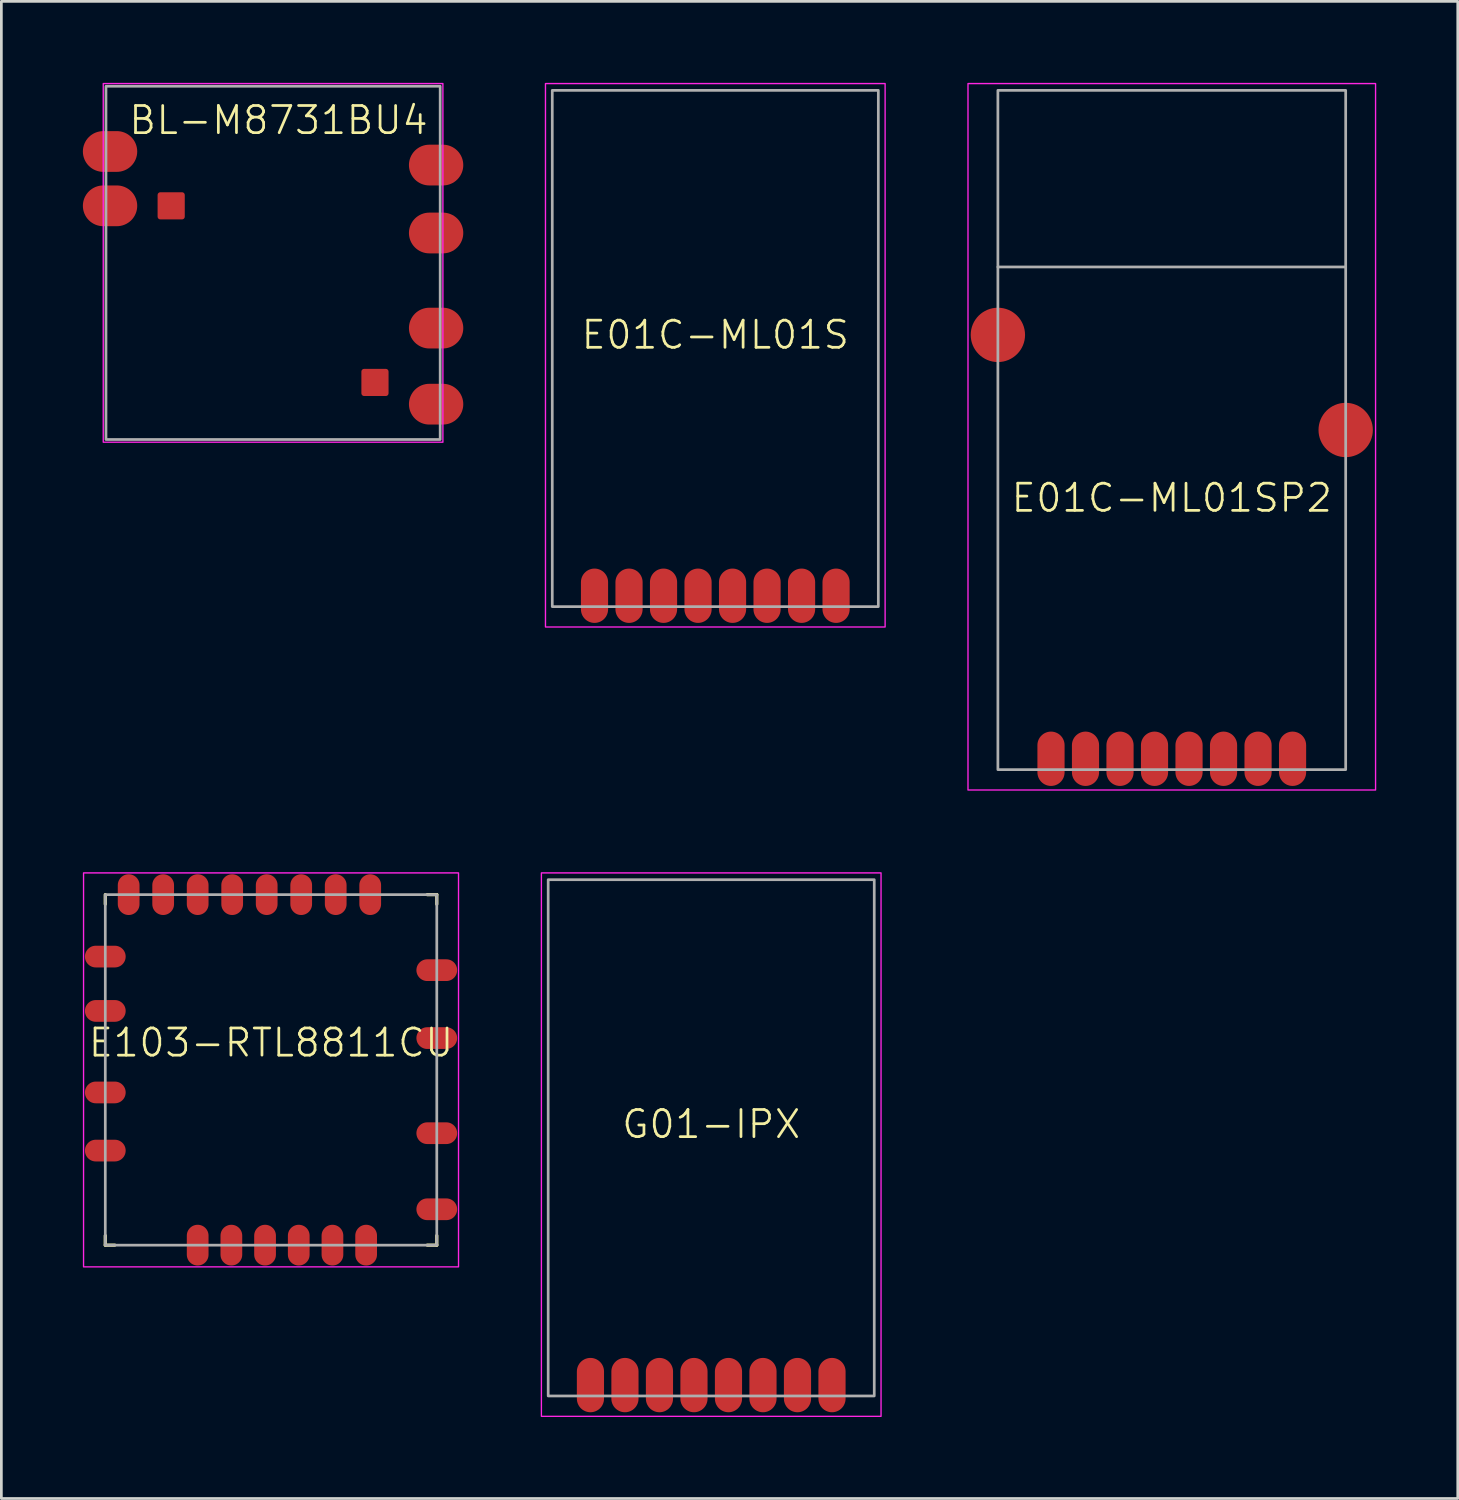
<source format=kicad_pcb>
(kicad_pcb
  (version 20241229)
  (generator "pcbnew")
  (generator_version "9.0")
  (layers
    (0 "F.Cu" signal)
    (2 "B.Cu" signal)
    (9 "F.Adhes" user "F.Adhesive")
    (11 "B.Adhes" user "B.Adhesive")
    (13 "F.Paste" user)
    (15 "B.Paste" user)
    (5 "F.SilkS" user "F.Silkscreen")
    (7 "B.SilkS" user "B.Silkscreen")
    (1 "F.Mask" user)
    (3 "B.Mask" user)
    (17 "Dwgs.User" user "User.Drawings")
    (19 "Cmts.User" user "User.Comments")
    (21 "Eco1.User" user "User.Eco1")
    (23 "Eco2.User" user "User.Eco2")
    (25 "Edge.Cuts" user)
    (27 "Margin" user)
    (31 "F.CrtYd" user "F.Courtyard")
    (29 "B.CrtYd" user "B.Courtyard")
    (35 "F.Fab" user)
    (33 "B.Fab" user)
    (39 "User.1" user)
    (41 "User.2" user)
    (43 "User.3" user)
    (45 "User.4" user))
  (footprint "E01C-ML01SP2"
    (layer "F.Cu")
    (at 40.075 25.275)
    (property "Reference" "E01C-ML01SP2" (at 0 -10 0) (layer "F.SilkS") (effects (font (size 1 1) (thickness 0.1))))
    (attr smd)
    (fp_rect (start -7.5 -25.25) (end 7.5 0.75) (stroke (width 0.05) (type default)) (fill no) (layer "F.CrtYd"))
    (fp_line (start -6.4 -18.5) (end 6.4 -18.5) (stroke (width 0.1) (type default)) (layer "F.Fab"))
    (fp_rect (start -6.4 0) (end 6.4 -25) (stroke (width 0.1) (type solid)) (fill no) (layer "F.Fab"))
    (pad "1" smd oval (at -4.445 -0.15) (size 1 2) (drill (offset 0 -0.25)) (layers "F.Cu" "F.Mask" "F.Paste"))
    (pad "2" smd oval (at -3.175 -0.15) (size 1 2) (drill (offset 0 -0.25)) (layers "F.Cu" "F.Mask" "F.Paste"))
    (pad "3" smd oval (at -1.905 -0.15) (size 1 2) (drill (offset 0 -0.25)) (layers "F.Cu" "F.Mask" "F.Paste"))
    (pad "4" smd oval (at -0.635 -0.15) (size 1 2) (drill (offset 0 -0.25)) (layers "F.Cu" "F.Mask" "F.Paste"))
    (pad "5" smd oval (at 0.635 -0.15) (size 1 2) (drill (offset 0 -0.25)) (layers "F.Cu" "F.Mask" "F.Paste"))
    (pad "6" smd oval (at 1.905 -0.15) (size 1 2) (drill (offset 0 -0.25)) (layers "F.Cu" "F.Mask" "F.Paste"))
    (pad "7" smd oval (at 3.175 -0.15) (size 1 2) (drill (offset 0 -0.25)) (layers "F.Cu" "F.Mask" "F.Paste"))
    (pad "8" smd oval (at 4.445 -0.15) (size 1 2) (drill (offset 0 -0.25)) (layers "F.Cu" "F.Mask" "F.Paste"))
    (pad "9" smd circle (at 6.4 -12.5) (size 2 2) (layers "F.Cu" "F.Mask" "F.Paste"))
    (pad "10" smd circle (at -6.4 -16) (size 2 2) (layers "F.Cu" "F.Mask" "F.Paste")))
  (footprint "E01C-ML01S"
    (layer "F.Cu")
    (at 23.275 19.275)
    (property "Reference" "E01C-ML01S" (at 0 -10 0) (layer "F.SilkS") (effects (font (size 1 1) (thickness 0.1))))
    (attr smd)
    (fp_rect (start -6.25 -19.25) (end 6.25 0.75) (stroke (width 0.05) (type default)) (fill no) (layer "F.CrtYd"))
    (fp_rect (start -6 0) (end 6 -19) (stroke (width 0.1) (type solid)) (fill no) (layer "F.Fab"))
    (pad "1" smd oval (at -4.445 -0.15) (size 1 2) (drill (offset 0 -0.25)) (layers "F.Cu" "F.Mask" "F.Paste"))
    (pad "2" smd oval (at -3.175 -0.15) (size 1 2) (drill (offset 0 -0.25)) (layers "F.Cu" "F.Mask" "F.Paste"))
    (pad "3" smd oval (at -1.905 -0.15) (size 1 2) (drill (offset 0 -0.25)) (layers "F.Cu" "F.Mask" "F.Paste"))
    (pad "4" smd oval (at -0.635 -0.15) (size 1 2) (drill (offset 0 -0.25)) (layers "F.Cu" "F.Mask" "F.Paste"))
    (pad "5" smd oval (at 0.635 -0.15) (size 1 2) (drill (offset 0 -0.25)) (layers "F.Cu" "F.Mask" "F.Paste"))
    (pad "6" smd oval (at 1.905 -0.15) (size 1 2) (drill (offset 0 -0.25)) (layers "F.Cu" "F.Mask" "F.Paste"))
    (pad "7" smd oval (at 3.175 -0.15) (size 1 2) (drill (offset 0 -0.25)) (layers "F.Cu" "F.Mask" "F.Paste"))
    (pad "8" smd oval (at 4.445 -0.15) (size 1 2) (drill (offset 0 -0.25)) (layers "F.Cu" "F.Mask" "F.Paste")))
  (footprint "BL-M8731BU4"
    (layer "F.Cu")
    (at 7 6.625)
    (property "Reference" "BL-M8731BU4" (at 0.2 -5.25 0) (layer "F.SilkS") (effects (font (size 1 1) (thickness 0.1))))
    (attr smd)
    (fp_rect (start -6.25 -6.6) (end 6.25 6.6) (stroke (width 0.05) (type solid)) (fill no) (layer "F.CrtYd"))
    (fp_rect (start -6.15 6.5) (end 6.15 -6.5) (stroke (width 0.1) (type solid)) (fill no) (layer "F.Fab"))
    (pad "1" smd oval (at -6 -4.1) (size 2 1.5) (layers "F.Cu" "F.Mask" "F.Paste"))
    (pad "2" smd oval (at -6 -2.1) (size 2 1.5) (layers "F.Cu" "F.Mask" "F.Paste"))
    (pad "3" smd oval (at 6 5.2) (size 2 1.5) (layers "F.Cu" "F.Mask" "F.Paste"))
    (pad "4" smd oval (at 6 2.4) (size 2 1.5) (layers "F.Cu" "F.Mask" "F.Paste"))
    (pad "5" smd oval (at 6 -1.1) (size 2 1.5) (layers "F.Cu" "F.Mask" "F.Paste"))
    (pad "6" smd oval (at 6 -3.6) (size 2 1.5) (layers "F.Cu" "F.Mask" "F.Paste"))
    (pad "7" smd roundrect (at -4.25 -2.6) (size 1 1) (drill (offset 0.5 0.5)) (layers "F.Cu" "F.Mask" "F.Paste") (roundrect_rratio 0.1))
    (pad "8" smd roundrect (at 4.25 4.9) (size 1 1) (drill (offset -0.5 -0.5)) (layers "F.Cu" "F.Mask" "F.Paste") (roundrect_rratio 0.1)))
  (footprint "G01-IPX"
    (layer "F.Cu")
    (at 23.125 48.325)
    (property "Reference" "G01-IPX" (at 0 -10 0) (layer "F.SilkS") (effects (font (size 1 1) (thickness 0.1))))
    (attr smd)
    (fp_rect (start -6.25 -19.25) (end 6.25 0.75) (stroke (width 0.05) (type default)) (fill no) (layer "F.CrtYd"))
    (fp_rect (start -6 0) (end 6 -19) (stroke (width 0.1) (type solid)) (fill no) (layer "F.Fab"))
    (pad "1" smd oval (at -4.445 -0.15) (size 1 2) (drill (offset 0 -0.25)) (layers "F.Cu" "F.Mask" "F.Paste"))
    (pad "2" smd oval (at -3.175 -0.15) (size 1 2) (drill (offset 0 -0.25)) (layers "F.Cu" "F.Mask" "F.Paste"))
    (pad "3" smd oval (at -1.905 -0.15) (size 1 2) (drill (offset 0 -0.25)) (layers "F.Cu" "F.Mask" "F.Paste"))
    (pad "4" smd oval (at -0.635 -0.15) (size 1 2) (drill (offset 0 -0.25)) (layers "F.Cu" "F.Mask" "F.Paste"))
    (pad "5" smd oval (at 0.635 -0.15) (size 1 2) (drill (offset 0 -0.25)) (layers "F.Cu" "F.Mask" "F.Paste"))
    (pad "6" smd oval (at 1.905 -0.15) (size 1 2) (drill (offset 0 -0.25)) (layers "F.Cu" "F.Mask" "F.Paste"))
    (pad "7" smd oval (at 3.175 -0.15) (size 1 2) (drill (offset 0 -0.25)) (layers "F.Cu" "F.Mask" "F.Paste"))
    (pad "8" smd oval (at 4.445 -0.15) (size 1 2) (drill (offset 0 -0.25)) (layers "F.Cu" "F.Mask" "F.Paste")))
  (footprint "E103-RTL8811CU"
    (layer "F.Cu")
    (at 6.925 36.325)
    (property "Reference" "E103-RTL8811CU" (at 0 -1 0) (layer "F.SilkS") (effects (font (size 1 1) (thickness 0.1))))
    (attr smd)
    (fp_line (start -6.1 -6.1) (end -6.1 -6.45) (stroke (width 0.12) (type default)) (layer "F.SilkS"))
    (fp_line (start -6.1 6.45) (end -6.1 6.1) (stroke (width 0.12) (type default)) (layer "F.SilkS"))
    (fp_line (start -5.75 6.45) (end -6.1 6.45) (stroke (width 0.12) (type default)) (layer "F.SilkS"))
    (fp_line (start 5.75 -6.45) (end 6.1 -6.45) (stroke (width 0.12) (type default)) (layer "F.SilkS"))
    (fp_line (start 6.1 -6.45) (end 6.1 -6.1) (stroke (width 0.12) (type default)) (layer "F.SilkS"))
    (fp_line (start 6.1 6.1) (end 6.1 6.45) (stroke (width 0.12) (type default)) (layer "F.SilkS"))
    (fp_line (start 6.1 6.45) (end 5.75 6.45) (stroke (width 0.12) (type default)) (layer "F.SilkS"))
    (fp_rect (start -6.9 -7.25) (end 6.9 7.25) (stroke (width 0.05) (type default)) (fill no) (layer "F.CrtYd"))
    (fp_rect (start -6.1 -6.45) (end 6.1 6.45) (stroke (width 0.1) (type default)) (fill no) (layer "F.Fab"))
    (pad "1" smd oval (at -6.1 -4.17) (size 1.5 0.8) (layers "F.Cu" "F.Mask" "F.Paste"))
    (pad "2" smd oval (at -6.1 -2.17) (size 1.5 0.8) (layers "F.Cu" "F.Mask" "F.Paste"))
    (pad "3" smd oval (at -6.1 0.83) (size 1.5 0.8) (layers "F.Cu" "F.Mask" "F.Paste"))
    (pad "4" smd oval (at -6.1 2.97) (size 1.5 0.8) (layers "F.Cu" "F.Mask" "F.Paste"))
    (pad "5" smd oval (at -2.7 6.45 270) (size 1.5 0.8) (layers "F.Cu" "F.Mask" "F.Paste"))
    (pad "6" smd oval (at -1.46 6.45 270) (size 1.5 0.8) (layers "F.Cu" "F.Mask" "F.Paste"))
    (pad "7" smd oval (at -0.22 6.45 270) (size 1.5 0.8) (layers "F.Cu" "F.Mask" "F.Paste"))
    (pad "8" smd oval (at 1.02 6.45 270) (size 1.5 0.8) (layers "F.Cu" "F.Mask" "F.Paste"))
    (pad "9" smd oval (at 2.26 6.45 270) (size 1.5 0.8) (layers "F.Cu" "F.Mask" "F.Paste"))
    (pad "10" smd oval (at 3.5 6.45 270) (size 1.5 0.8) (layers "F.Cu" "F.Mask" "F.Paste"))
    (pad "11" smd oval (at 6.1 5.13) (size 1.5 0.8) (layers "F.Cu" "F.Mask" "F.Paste"))
    (pad "12" smd oval (at 6.1 2.33) (size 1.5 0.8) (layers "F.Cu" "F.Mask" "F.Paste"))
    (pad "13" smd oval (at 6.1 -1.17) (size 1.5 0.8) (layers "F.Cu" "F.Mask" "F.Paste"))
    (pad "14" smd oval (at 6.1 -3.67) (size 1.5 0.8) (layers "F.Cu" "F.Mask" "F.Paste"))
    (pad "15" smd oval (at 3.65 -6.45 270) (size 1.5 0.8) (layers "F.Cu" "F.Mask" "F.Paste"))
    (pad "16" smd oval (at 2.38 -6.45 270) (size 1.5 0.8) (layers "F.Cu" "F.Mask" "F.Paste"))
    (pad "17" smd oval (at 1.11 -6.45 270) (size 1.5 0.8) (layers "F.Cu" "F.Mask" "F.Paste"))
    (pad "18" smd oval (at -0.16 -6.45 270) (size 1.5 0.8) (layers "F.Cu" "F.Mask" "F.Paste"))
    (pad "19" smd oval (at -1.43 -6.45 270) (size 1.5 0.8) (layers "F.Cu" "F.Mask" "F.Paste"))
    (pad "20" smd oval (at -2.7 -6.45 270) (size 1.5 0.8) (layers "F.Cu" "F.Mask" "F.Paste"))
    (pad "21" smd oval (at -3.97 -6.45 270) (size 1.5 0.8) (layers "F.Cu" "F.Mask" "F.Paste"))
    (pad "22" smd oval (at -5.24 -6.45 270) (size 1.5 0.8) (layers "F.Cu" "F.Mask" "F.Paste")))
  (gr_rect
    (start -3 -3)
    (end 50.6 52.1)
    (stroke (width 0.1) (type default))
    (fill no)
    (layer "Edge.Cuts")))
</source>
